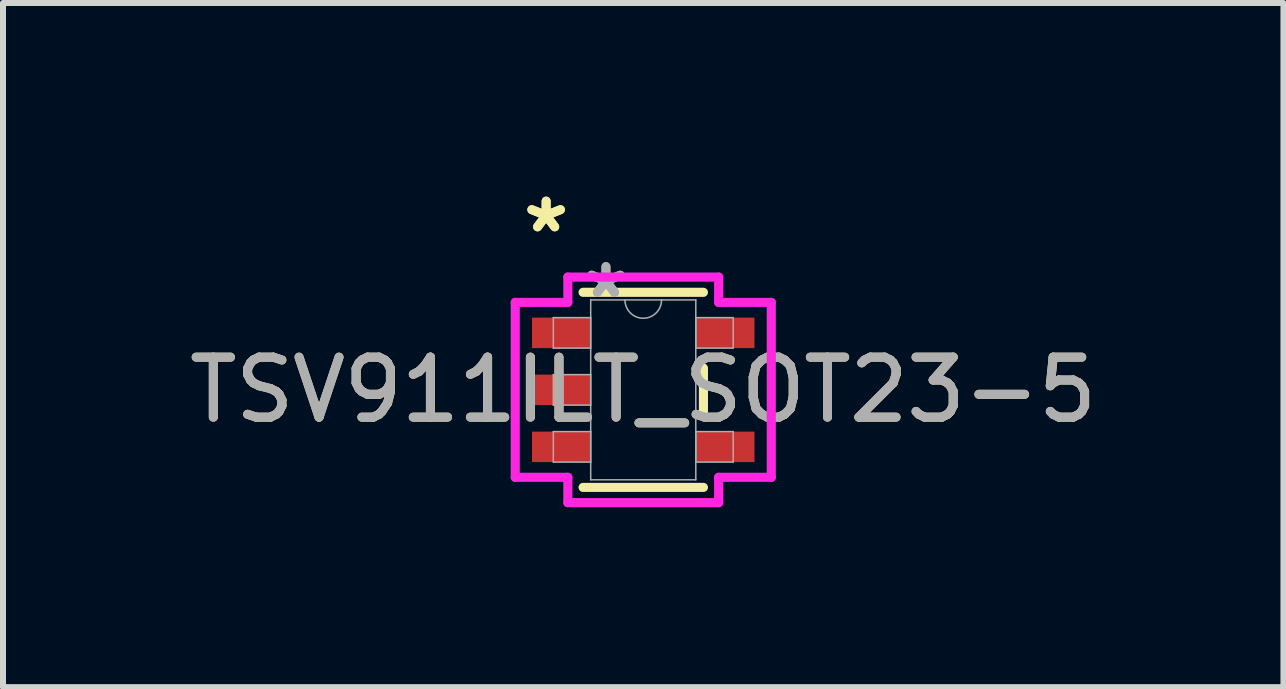
<source format=kicad_pcb>
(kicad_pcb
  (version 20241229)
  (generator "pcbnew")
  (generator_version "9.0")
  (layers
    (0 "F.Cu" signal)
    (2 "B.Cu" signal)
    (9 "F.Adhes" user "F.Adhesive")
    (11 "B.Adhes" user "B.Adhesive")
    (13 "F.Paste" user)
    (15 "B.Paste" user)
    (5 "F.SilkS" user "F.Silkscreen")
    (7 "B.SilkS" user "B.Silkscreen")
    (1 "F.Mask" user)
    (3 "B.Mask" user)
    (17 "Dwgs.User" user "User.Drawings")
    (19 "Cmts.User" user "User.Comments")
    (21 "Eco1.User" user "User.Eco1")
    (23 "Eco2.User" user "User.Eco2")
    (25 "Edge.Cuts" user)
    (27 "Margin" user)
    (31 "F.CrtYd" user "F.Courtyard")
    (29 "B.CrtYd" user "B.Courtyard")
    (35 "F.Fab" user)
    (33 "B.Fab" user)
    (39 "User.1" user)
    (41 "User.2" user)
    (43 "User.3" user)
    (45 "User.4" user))
  (footprint "TSV911ILT_SOT23-5"
    (layer "F.Cu")
    (at 7.673 3.449)
    (property "Reference" "TSV911ILT_SOT23-5" (at 0 0 0) (unlocked yes) (layer "F.SilkS") (effects (font (size 1 1) (thickness 0.15))))
    (attr smd)
    (fp_line (start -1.003 1.626) (end 1.003 1.626) (stroke (width 0.152) (type solid)) (layer "F.SilkS"))
    (fp_line (start 1.003 -1.626) (end -1.003 -1.626) (stroke (width 0.152) (type solid)) (layer "F.SilkS"))
    (fp_line (start 1.003 0.363) (end 1.003 -0.363) (stroke (width 0.152) (type solid)) (layer "F.SilkS"))
    (fp_line (start -2.134 -1.458) (end -1.257 -1.458) (stroke (width 0.152) (type solid)) (layer "F.CrtYd"))
    (fp_line (start -2.134 1.458) (end -2.134 -1.458) (stroke (width 0.152) (type solid)) (layer "F.CrtYd"))
    (fp_line (start -1.257 -1.88) (end 1.257 -1.88) (stroke (width 0.152) (type solid)) (layer "F.CrtYd"))
    (fp_line (start -1.257 -1.458) (end -1.257 -1.88) (stroke (width 0.152) (type solid)) (layer "F.CrtYd"))
    (fp_line (start -1.257 1.458) (end -2.134 1.458) (stroke (width 0.152) (type solid)) (layer "F.CrtYd"))
    (fp_line (start -1.257 1.88) (end -1.257 1.458) (stroke (width 0.152) (type solid)) (layer "F.CrtYd"))
    (fp_line (start 1.257 -1.88) (end 1.257 -1.458) (stroke (width 0.152) (type solid)) (layer "F.CrtYd"))
    (fp_line (start 1.257 -1.458) (end 2.134 -1.458) (stroke (width 0.152) (type solid)) (layer "F.CrtYd"))
    (fp_line (start 1.257 1.458) (end 1.257 1.88) (stroke (width 0.152) (type solid)) (layer "F.CrtYd"))
    (fp_line (start 1.257 1.88) (end -1.257 1.88) (stroke (width 0.152) (type solid)) (layer "F.CrtYd"))
    (fp_line (start 2.134 -1.458) (end 2.134 1.458) (stroke (width 0.152) (type solid)) (layer "F.CrtYd"))
    (fp_line (start 2.134 1.458) (end 1.257 1.458) (stroke (width 0.152) (type solid)) (layer "F.CrtYd"))
    (fp_line (start -1.499 -1.204) (end -1.499 -0.696) (stroke (width 0.025) (type solid)) (layer "F.Fab"))
    (fp_line (start -1.499 -0.696) (end -0.876 -0.696) (stroke (width 0.025) (type solid)) (layer "F.Fab"))
    (fp_line (start -1.499 -0.254) (end -1.499 0.254) (stroke (width 0.025) (type solid)) (layer "F.Fab"))
    (fp_line (start -1.499 0.254) (end -0.876 0.254) (stroke (width 0.025) (type solid)) (layer "F.Fab"))
    (fp_line (start -1.499 0.696) (end -1.499 1.204) (stroke (width 0.025) (type solid)) (layer "F.Fab"))
    (fp_line (start -1.499 1.204) (end -0.876 1.204) (stroke (width 0.025) (type solid)) (layer "F.Fab"))
    (fp_line (start -0.876 -1.499) (end -0.876 1.499) (stroke (width 0.025) (type solid)) (layer "F.Fab"))
    (fp_line (start -0.876 -1.204) (end -1.499 -1.204) (stroke (width 0.025) (type solid)) (layer "F.Fab"))
    (fp_line (start -0.876 -0.696) (end -0.876 -1.204) (stroke (width 0.025) (type solid)) (layer "F.Fab"))
    (fp_line (start -0.876 -0.254) (end -1.499 -0.254) (stroke (width 0.025) (type solid)) (layer "F.Fab"))
    (fp_line (start -0.876 0.254) (end -0.876 -0.254) (stroke (width 0.025) (type solid)) (layer "F.Fab"))
    (fp_line (start -0.876 0.696) (end -1.499 0.696) (stroke (width 0.025) (type solid)) (layer "F.Fab"))
    (fp_line (start -0.876 1.204) (end -0.876 0.696) (stroke (width 0.025) (type solid)) (layer "F.Fab"))
    (fp_line (start -0.876 1.499) (end 0.876 1.499) (stroke (width 0.025) (type solid)) (layer "F.Fab"))
    (fp_line (start 0.876 -1.499) (end -0.876 -1.499) (stroke (width 0.025) (type solid)) (layer "F.Fab"))
    (fp_line (start 0.876 -1.204) (end 0.876 -0.696) (stroke (width 0.025) (type solid)) (layer "F.Fab"))
    (fp_line (start 0.876 -0.696) (end 1.499 -0.696) (stroke (width 0.025) (type solid)) (layer "F.Fab"))
    (fp_line (start 0.876 0.696) (end 0.876 1.204) (stroke (width 0.025) (type solid)) (layer "F.Fab"))
    (fp_line (start 0.876 1.204) (end 1.499 1.204) (stroke (width 0.025) (type solid)) (layer "F.Fab"))
    (fp_line (start 0.876 1.499) (end 0.876 -1.499) (stroke (width 0.025) (type solid)) (layer "F.Fab"))
    (fp_line (start 1.499 -1.204) (end 0.876 -1.204) (stroke (width 0.025) (type solid)) (layer "F.Fab"))
    (fp_line (start 1.499 -0.696) (end 1.499 -1.204) (stroke (width 0.025) (type solid)) (layer "F.Fab"))
    (fp_line (start 1.499 0.696) (end 0.876 0.696) (stroke (width 0.025) (type solid)) (layer "F.Fab"))
    (fp_line (start 1.499 1.204) (end 1.499 0.696) (stroke (width 0.025) (type solid)) (layer "F.Fab"))
    (fp_arc (start 0.3048 -1.4986) (mid 0 -1.1938) (end -0.3048 -1.4986) (stroke (width 0.0254) (type solid)) (layer "F.Fab"))
    (fp_text user "*" (at -1.619 -2.601 0) (unlocked yes) (layer "F.SilkS") (effects (font (size 1 1) (thickness 0.15))))
    (fp_text user "*" (at -1.619 -2.601 0) (layer "F.SilkS") (effects (font (size 1 1) (thickness 0.15))))
    (fp_text user "*" (at -0.622 -1.509 0) (layer "F.Fab") (effects (font (size 1 1) (thickness 0.15))))
    (fp_text user "*" (at -0.622 -1.509 0) (unlocked yes) (layer "F.Fab") (effects (font (size 1 1) (thickness 0.15))))
    (fp_text user "${REFERENCE}" (at 0 0 0) (unlocked yes) (layer "F.Fab") (effects (font (size 1 1) (thickness 0.15))))
    (pad "1" smd rect (at -1.365 -0.95) (size 0.978 0.508) (layers "F.Cu" "F.Mask" "F.Paste"))
    (pad "2" smd rect (at -1.365 0) (size 0.978 0.508) (layers "F.Cu" "F.Mask" "F.Paste"))
    (pad "3" smd rect (at -1.365 0.95) (size 0.978 0.508) (layers "F.Cu" "F.Mask" "F.Paste"))
    (pad "4" smd rect (at 1.365 0.95) (size 0.978 0.508) (layers "F.Cu" "F.Mask" "F.Paste"))
    (pad "5" smd rect (at 1.365 -0.95) (size 0.978 0.508) (layers "F.Cu" "F.Mask" "F.Paste")))
  (gr_rect
    (start -3 -3)
    (end 18.345 8.405)
    (stroke (width 0.1) (type default))
    (fill no)
    (layer "Edge.Cuts")))
</source>
